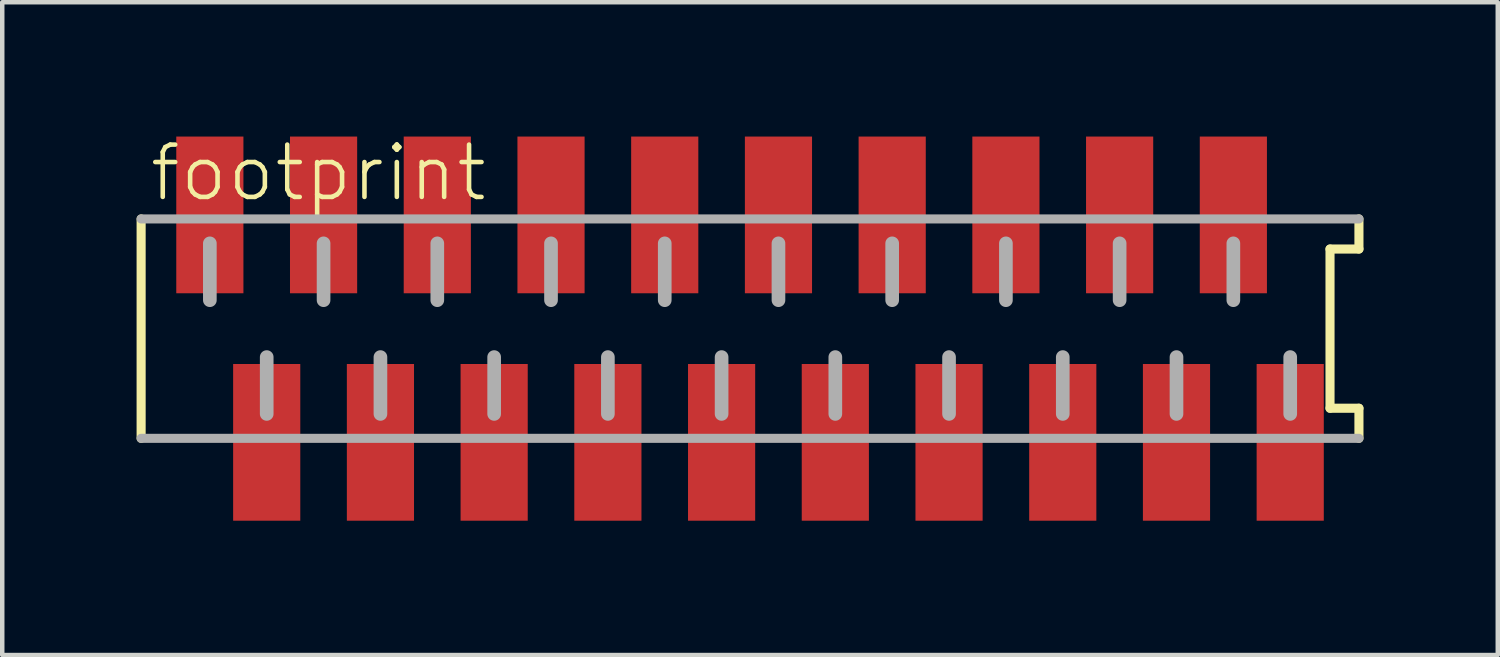
<source format=kicad_pcb>
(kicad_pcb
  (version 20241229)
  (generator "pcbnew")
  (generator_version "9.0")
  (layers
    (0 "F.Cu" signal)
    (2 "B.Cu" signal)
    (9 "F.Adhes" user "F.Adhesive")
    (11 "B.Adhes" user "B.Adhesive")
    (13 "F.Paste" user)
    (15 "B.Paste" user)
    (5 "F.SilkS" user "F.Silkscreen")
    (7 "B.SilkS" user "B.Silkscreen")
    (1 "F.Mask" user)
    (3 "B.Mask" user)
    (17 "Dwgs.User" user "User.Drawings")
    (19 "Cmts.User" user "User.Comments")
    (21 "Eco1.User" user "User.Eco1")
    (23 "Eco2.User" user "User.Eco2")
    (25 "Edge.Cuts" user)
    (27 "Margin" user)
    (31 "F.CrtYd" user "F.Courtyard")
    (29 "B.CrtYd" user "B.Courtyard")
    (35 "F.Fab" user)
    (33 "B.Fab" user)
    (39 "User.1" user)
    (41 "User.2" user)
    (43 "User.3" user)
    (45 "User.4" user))
  (footprint "footprint"
    (layer "F.Cu")
    (at 13.702 4.29)
    (property "Reference" "footprint" (at -13.462 -2.794 0) (layer "F.SilkS") (effects (font (size 1.168 1.168) (thickness 0.102)) (justify left bottom)))
    (fp_line (start -13.6 -2.45) (end -13.6 2.45) (stroke (width 0.203) (type solid)) (layer "F.SilkS"))
    (fp_line (start 12.954 -1.778) (end 13.6 -1.778) (stroke (width 0.203) (type solid)) (layer "F.SilkS"))
    (fp_line (start 12.954 1.778) (end 12.954 -1.778) (stroke (width 0.203) (type solid)) (layer "F.SilkS"))
    (fp_line (start 13.6 -1.778) (end 13.6 -2.45) (stroke (width 0.203) (type solid)) (layer "F.SilkS"))
    (fp_line (start 13.6 1.778) (end 12.954 1.778) (stroke (width 0.203) (type solid)) (layer "F.SilkS"))
    (fp_line (start 13.6 2.45) (end 13.6 1.778) (stroke (width 0.203) (type solid)) (layer "F.SilkS"))
    (fp_line (start -13.6 2.45) (end 13.6 2.45) (stroke (width 0.203) (type solid)) (layer "F.Fab"))
    (fp_line (start -12.065 -1.905) (end -12.065 -0.635) (stroke (width 0.305) (type solid)) (layer "F.Fab"))
    (fp_line (start -10.795 0.635) (end -10.795 1.905) (stroke (width 0.305) (type solid)) (layer "F.Fab"))
    (fp_line (start -9.525 -1.905) (end -9.525 -0.635) (stroke (width 0.305) (type solid)) (layer "F.Fab"))
    (fp_line (start -8.255 0.635) (end -8.255 1.905) (stroke (width 0.305) (type solid)) (layer "F.Fab"))
    (fp_line (start -6.985 -1.905) (end -6.985 -0.635) (stroke (width 0.305) (type solid)) (layer "F.Fab"))
    (fp_line (start -5.715 0.635) (end -5.715 1.905) (stroke (width 0.305) (type solid)) (layer "F.Fab"))
    (fp_line (start -4.445 -1.905) (end -4.445 -0.635) (stroke (width 0.305) (type solid)) (layer "F.Fab"))
    (fp_line (start -3.175 0.635) (end -3.175 1.905) (stroke (width 0.305) (type solid)) (layer "F.Fab"))
    (fp_line (start -1.905 -1.905) (end -1.905 -0.635) (stroke (width 0.305) (type solid)) (layer "F.Fab"))
    (fp_line (start -0.635 0.635) (end -0.635 1.905) (stroke (width 0.305) (type solid)) (layer "F.Fab"))
    (fp_line (start 0.635 -1.905) (end 0.635 -0.635) (stroke (width 0.305) (type solid)) (layer "F.Fab"))
    (fp_line (start 1.905 0.635) (end 1.905 1.905) (stroke (width 0.305) (type solid)) (layer "F.Fab"))
    (fp_line (start 3.175 -1.905) (end 3.175 -0.635) (stroke (width 0.305) (type solid)) (layer "F.Fab"))
    (fp_line (start 4.445 0.635) (end 4.445 1.905) (stroke (width 0.305) (type solid)) (layer "F.Fab"))
    (fp_line (start 5.715 -1.905) (end 5.715 -0.635) (stroke (width 0.305) (type solid)) (layer "F.Fab"))
    (fp_line (start 6.985 0.635) (end 6.985 1.905) (stroke (width 0.305) (type solid)) (layer "F.Fab"))
    (fp_line (start 8.255 -1.905) (end 8.255 -0.635) (stroke (width 0.305) (type solid)) (layer "F.Fab"))
    (fp_line (start 9.525 0.635) (end 9.525 1.905) (stroke (width 0.305) (type solid)) (layer "F.Fab"))
    (fp_line (start 10.795 -1.905) (end 10.795 -0.635) (stroke (width 0.305) (type solid)) (layer "F.Fab"))
    (fp_line (start 12.065 0.635) (end 12.065 1.905) (stroke (width 0.305) (type solid)) (layer "F.Fab"))
    (fp_line (start 13.6 -2.45) (end -13.6 -2.45) (stroke (width 0.203) (type solid)) (layer "F.Fab"))
    (pad "1" smd rect (at -12.065 -2.54) (size 1.5 3.5) (layers "F.Cu" "F.Mask" "F.Paste"))
    (pad "2" smd rect (at -10.795 2.54) (size 1.5 3.5) (layers "F.Cu" "F.Mask" "F.Paste"))
    (pad "3" smd rect (at -9.525 -2.54) (size 1.5 3.5) (layers "F.Cu" "F.Mask" "F.Paste"))
    (pad "4" smd rect (at -8.255 2.54) (size 1.5 3.5) (layers "F.Cu" "F.Mask" "F.Paste"))
    (pad "5" smd rect (at -6.985 -2.54) (size 1.5 3.5) (layers "F.Cu" "F.Mask" "F.Paste"))
    (pad "6" smd rect (at -5.715 2.54) (size 1.5 3.5) (layers "F.Cu" "F.Mask" "F.Paste"))
    (pad "7" smd rect (at -4.445 -2.54) (size 1.5 3.5) (layers "F.Cu" "F.Mask" "F.Paste"))
    (pad "8" smd rect (at -3.175 2.54) (size 1.5 3.5) (layers "F.Cu" "F.Mask" "F.Paste"))
    (pad "9" smd rect (at -1.905 -2.54) (size 1.5 3.5) (layers "F.Cu" "F.Mask" "F.Paste"))
    (pad "10" smd rect (at -0.635 2.54) (size 1.5 3.5) (layers "F.Cu" "F.Mask" "F.Paste"))
    (pad "11" smd rect (at 0.635 -2.54) (size 1.5 3.5) (layers "F.Cu" "F.Mask" "F.Paste"))
    (pad "12" smd rect (at 1.905 2.54) (size 1.5 3.5) (layers "F.Cu" "F.Mask" "F.Paste"))
    (pad "13" smd rect (at 3.175 -2.54) (size 1.5 3.5) (layers "F.Cu" "F.Mask" "F.Paste"))
    (pad "14" smd rect (at 4.445 2.54) (size 1.5 3.5) (layers "F.Cu" "F.Mask" "F.Paste"))
    (pad "15" smd rect (at 5.715 -2.54) (size 1.5 3.5) (layers "F.Cu" "F.Mask" "F.Paste"))
    (pad "16" smd rect (at 6.985 2.54) (size 1.5 3.5) (layers "F.Cu" "F.Mask" "F.Paste"))
    (pad "17" smd rect (at 8.255 -2.54) (size 1.5 3.5) (layers "F.Cu" "F.Mask" "F.Paste"))
    (pad "18" smd rect (at 9.525 2.54) (size 1.5 3.5) (layers "F.Cu" "F.Mask" "F.Paste"))
    (pad "19" smd rect (at 10.795 -2.54) (size 1.5 3.5) (layers "F.Cu" "F.Mask" "F.Paste"))
    (pad "20" smd rect (at 12.065 2.54) (size 1.5 3.5) (layers "F.Cu" "F.Mask" "F.Paste")))
  (gr_rect
    (start -3 -3)
    (end 30.403 11.58)
    (stroke (width 0.1) (type default))
    (fill no)
    (layer "Edge.Cuts")))
</source>
